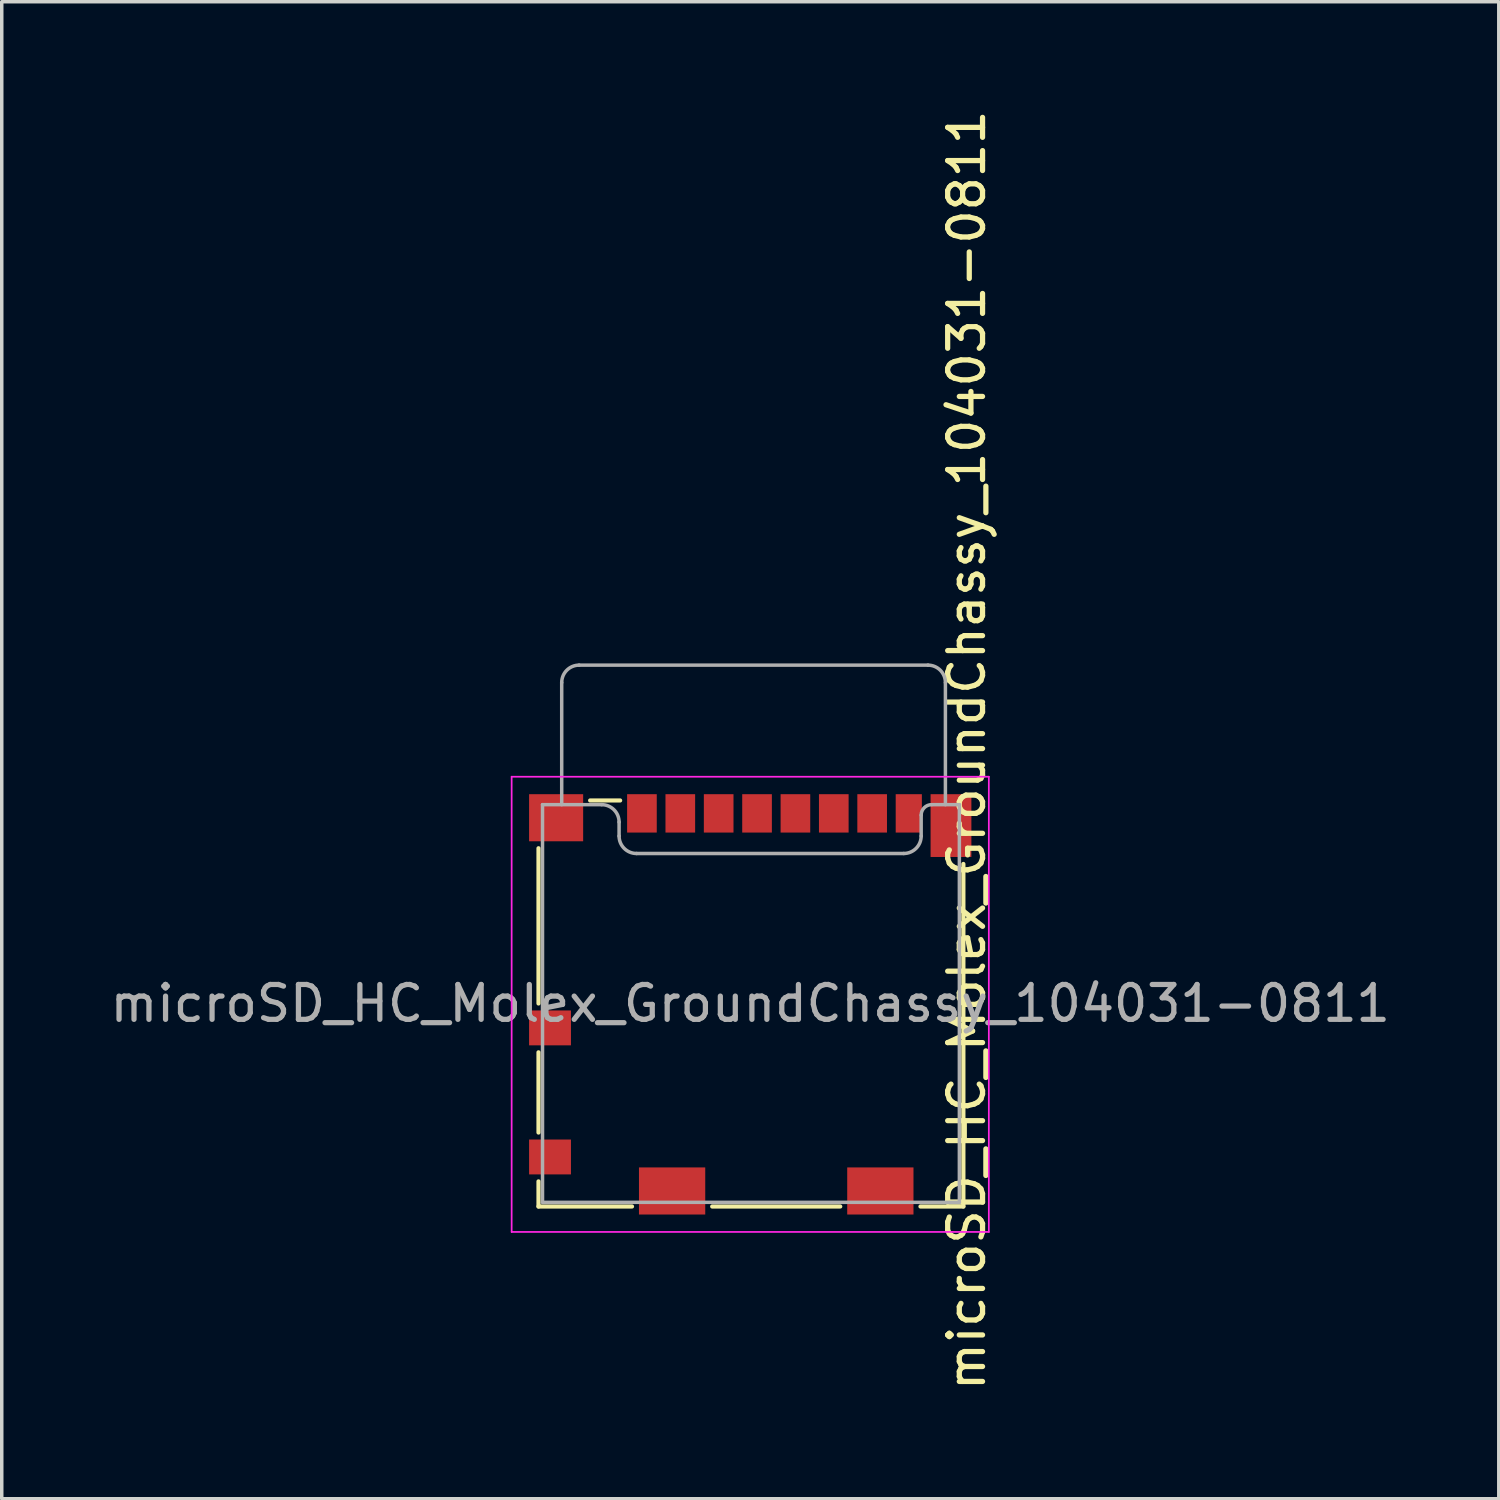
<source format=kicad_pcb>
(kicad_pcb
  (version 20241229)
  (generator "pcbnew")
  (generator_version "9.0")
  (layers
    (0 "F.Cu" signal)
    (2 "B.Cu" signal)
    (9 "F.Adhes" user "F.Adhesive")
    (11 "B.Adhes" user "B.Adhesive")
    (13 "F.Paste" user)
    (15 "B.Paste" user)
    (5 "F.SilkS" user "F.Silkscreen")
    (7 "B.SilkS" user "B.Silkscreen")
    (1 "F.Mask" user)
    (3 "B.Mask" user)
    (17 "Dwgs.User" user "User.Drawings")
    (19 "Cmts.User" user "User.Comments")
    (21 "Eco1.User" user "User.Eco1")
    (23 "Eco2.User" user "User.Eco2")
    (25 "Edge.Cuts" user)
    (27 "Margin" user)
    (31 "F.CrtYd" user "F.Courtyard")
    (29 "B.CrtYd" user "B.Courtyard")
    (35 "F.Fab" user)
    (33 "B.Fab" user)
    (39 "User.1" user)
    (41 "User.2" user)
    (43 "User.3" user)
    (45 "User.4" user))
  (footprint "microSD_HC_Molex_GroundChassy_104031-0811"
    (layer "F.Cu")
    (at 18.458 25.718)
    (property "Reference" "microSD_HC_Molex_GroundChassy_104031-0811" (at 6.205 -7.26 270) (layer "F.SilkS") (effects (font (size 1 1) (thickness 0.15))))
    (attr smd)
    (fp_line (start -6.07 -4.45) (end -6.07 0) (stroke (width 0.12) (type solid)) (layer "F.SilkS"))
    (fp_line (start -6.07 1.4) (end -6.07 3.7) (stroke (width 0.12) (type solid)) (layer "F.SilkS"))
    (fp_line (start -6.07 5.1) (end -6.07 5.82) (stroke (width 0.12) (type solid)) (layer "F.SilkS"))
    (fp_line (start -6.07 5.82) (end -3.39 5.82) (stroke (width 0.12) (type solid)) (layer "F.SilkS"))
    (fp_line (start -4.59 -5.82) (end -3.73 -5.82) (stroke (width 0.12) (type solid)) (layer "F.SilkS"))
    (fp_line (start -1.09 5.82) (end 2.58 5.82) (stroke (width 0.12) (type solid)) (layer "F.SilkS"))
    (fp_line (start 4.88 5.82) (end 6.11 5.82) (stroke (width 0.12) (type solid)) (layer "F.SilkS"))
    (fp_line (start 6.11 5.82) (end 6.11 -4) (stroke (width 0.12) (type solid)) (layer "F.SilkS"))
    (fp_line (start -6.84 -6.5) (end 6.84 -6.5) (stroke (width 0.05) (type solid)) (layer "F.CrtYd"))
    (fp_line (start -6.84 6.55) (end -6.84 -6.5) (stroke (width 0.05) (type solid)) (layer "F.CrtYd"))
    (fp_line (start 6.84 -6.5) (end 6.84 6.55) (stroke (width 0.05) (type solid)) (layer "F.CrtYd"))
    (fp_line (start 6.84 6.55) (end -6.84 6.55) (stroke (width 0.05) (type solid)) (layer "F.CrtYd"))
    (fp_line (start -5.955 -5.7) (end -5.955 5.7) (stroke (width 0.1) (type solid)) (layer "F.Fab"))
    (fp_line (start -5.955 -5.7) (end -4.26 -5.7) (stroke (width 0.1) (type solid)) (layer "F.Fab"))
    (fp_line (start -5.405 -9.2) (end -5.405 -5.7) (stroke (width 0.1) (type solid)) (layer "F.Fab"))
    (fp_line (start -4.905 -9.7) (end 5.095 -9.7) (stroke (width 0.1) (type solid)) (layer "F.Fab"))
    (fp_line (start -3.76 -4.8) (end -3.76 -5.2) (stroke (width 0.1) (type solid)) (layer "F.Fab"))
    (fp_line (start 4.4 -4.3) (end -3.26 -4.3) (stroke (width 0.1) (type solid)) (layer "F.Fab"))
    (fp_line (start 4.9 -5.4) (end 4.9 -4.8) (stroke (width 0.1) (type solid)) (layer "F.Fab"))
    (fp_line (start 5.595 -5.7) (end 5.595 -9.2) (stroke (width 0.1) (type solid)) (layer "F.Fab"))
    (fp_line (start 5.995 -5.7) (end 5.21 -5.7) (stroke (width 0.1) (type solid)) (layer "F.Fab"))
    (fp_line (start 5.995 5.7) (end -5.955 5.7) (stroke (width 0.1) (type solid)) (layer "F.Fab"))
    (fp_line (start 5.995 5.7) (end 5.995 -5.7) (stroke (width 0.1) (type solid)) (layer "F.Fab"))
    (fp_arc (start -5.405 -9.2) (mid -5.258553 -9.553553) (end -4.905 -9.7) (stroke (width 0.1) (type solid)) (layer "F.Fab"))
    (fp_arc (start -4.26 -5.7) (mid -3.906447 -5.553553) (end -3.76 -5.2) (stroke (width 0.1) (type solid)) (layer "F.Fab"))
    (fp_arc (start -3.26 -4.3) (mid -3.613553 -4.446447) (end -3.76 -4.8) (stroke (width 0.1) (type solid)) (layer "F.Fab"))
    (fp_arc (start 4.9 -5.4) (mid 4.987868 -5.612132) (end 5.2 -5.7) (stroke (width 0.1) (type solid)) (layer "F.Fab"))
    (fp_arc (start 4.9 -4.8) (mid 4.753553 -4.446447) (end 4.4 -4.3) (stroke (width 0.1) (type solid)) (layer "F.Fab"))
    (fp_arc (start 5.095 -9.7) (mid 5.448553 -9.553553) (end 5.595 -9.2) (stroke (width 0.1) (type solid)) (layer "F.Fab"))
    (fp_text user "${REFERENCE}" (at 0 0 180) (layer "F.Fab") (effects (font (size 1 1) (thickness 0.15))))
    (pad "1" smd rect (at -3.105 -5.45) (size 0.85 1.1) (layers "F.Cu" "F.Mask" "F.Paste"))
    (pad "2" smd rect (at -2.005 -5.45) (size 0.85 1.1) (layers "F.Cu" "F.Mask" "F.Paste"))
    (pad "3" smd rect (at -0.905 -5.45) (size 0.85 1.1) (layers "F.Cu" "F.Mask" "F.Paste"))
    (pad "4" smd rect (at 0.195 -5.45) (size 0.85 1.1) (layers "F.Cu" "F.Mask" "F.Paste"))
    (pad "5" smd rect (at 1.295 -5.45) (size 0.85 1.1) (layers "F.Cu" "F.Mask" "F.Paste"))
    (pad "6" smd rect (at -5.565 -5.325) (size 1.55 1.35) (layers "F.Cu" "F.Mask" "F.Paste"))
    (pad "6" smd rect (at -2.24 5.375) (size 1.9 1.35) (layers "F.Cu" "F.Mask" "F.Paste"))
    (pad "6" smd rect (at 2.395 -5.45) (size 0.85 1.1) (layers "F.Cu" "F.Mask" "F.Paste"))
    (pad "6" smd rect (at 3.73 5.375) (size 1.9 1.35) (layers "F.Cu" "F.Mask" "F.Paste"))
    (pad "6" smd rect (at 5.755 -5.1) (size 1.17 1.8) (layers "F.Cu" "F.Mask" "F.Paste"))
    (pad "7" smd rect (at 3.495 -5.45) (size 0.85 1.1) (layers "F.Cu" "F.Mask" "F.Paste"))
    (pad "8" smd rect (at 4.545 -5.45) (size 0.75 1.1) (layers "F.Cu" "F.Mask" "F.Paste"))
    (pad "9" smd rect (at -5.74 0.7) (size 1.2 1) (layers "F.Cu" "F.Mask" "F.Paste"))
    (pad "10" smd rect (at -5.74 4.4) (size 1.2 1) (layers "F.Cu" "F.Mask" "F.Paste")))
  (gr_rect
    (start -3 -3)
    (end 39.917 39.917)
    (stroke (width 0.1) (type default))
    (fill no)
    (layer "Edge.Cuts")))
</source>
